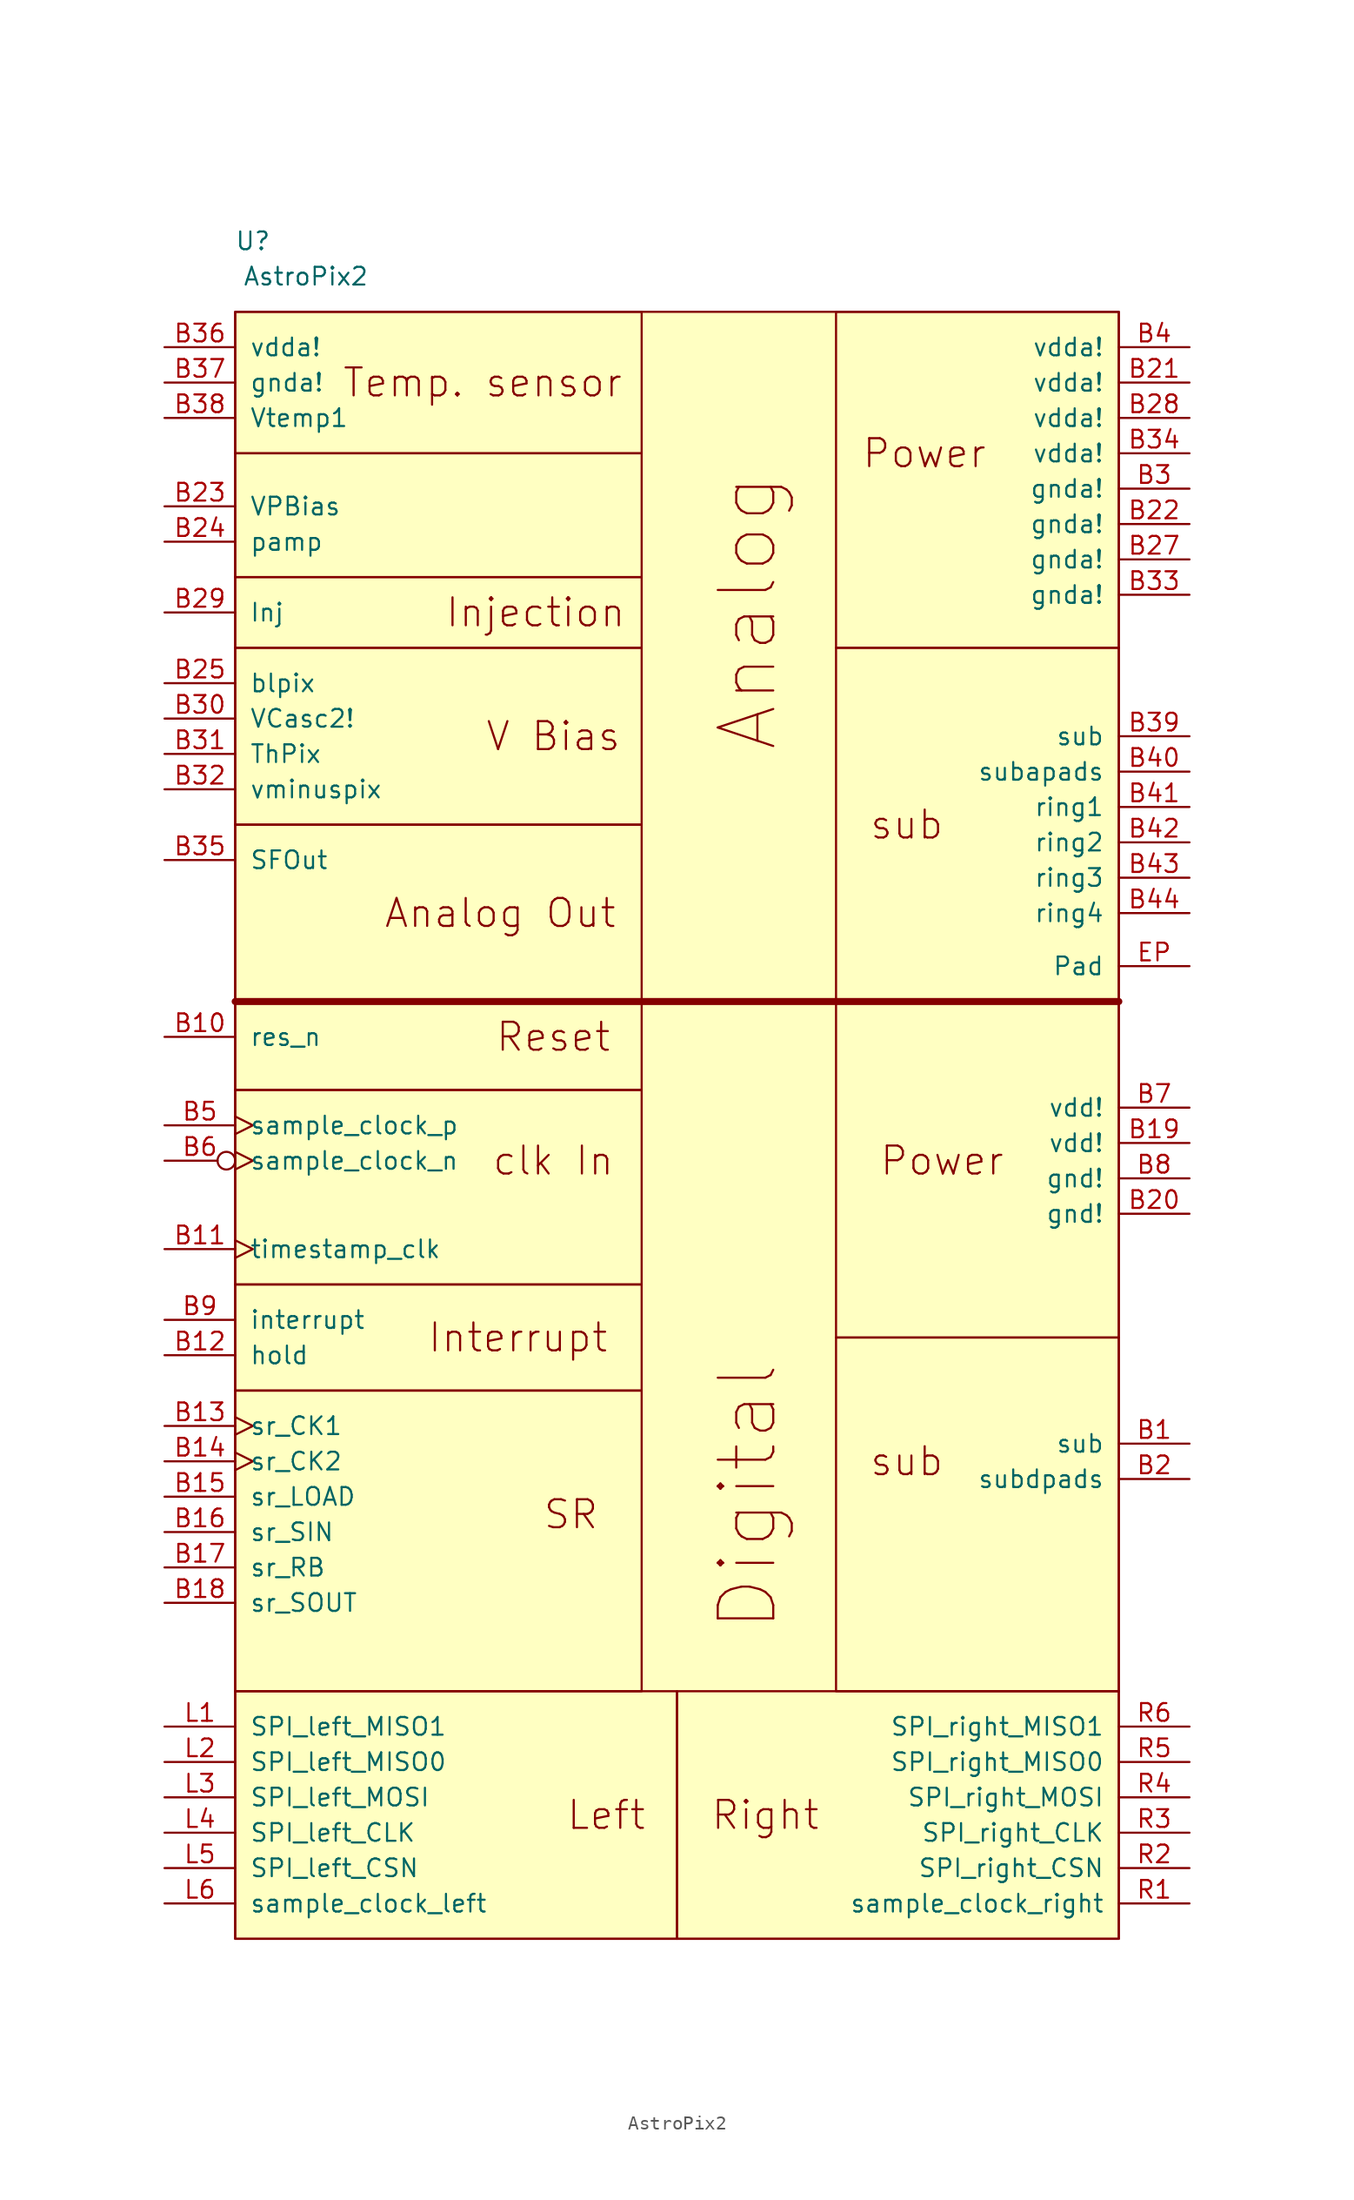
<source format=kicad_sym>
(kicad_symbol_lib
  (version 20220914)
  (generator kicad_symbol_editor)
  (symbol "AstroPix2"
    (pin_names
      (offset 1.016))
    (property "Reference" "U"
      (at -25.4 54.61 0)
      (effects (font (size 1.27 1.27))))
    (property "Value" "AstroPix2"
      (at -21.59 52.07 0)
      (effects (font (size 1.27 1.27))))
    (symbol "AstroPix2_0_0"
      (text "Digital" (at 10.16 -35.56 900) (effects (font (size 3.988 3.988))))
      (text "Power" (at 22.86 39.37 0) (effects (font (size 2.007 2.007))))
      (pin power_in line (at 41.91 -31.75 180) (length 5.08) (name "sub" (effects (font (size 1.27 1.27)))) (number "B1" (effects (font (size 1.27 1.27)))))
      (pin input line (at -31.75 -2.54 0) (length 5.08) (name "res_n" (effects (font (size 1.27 1.27)))) (number "B10" (effects (font (size 1.27 1.27)))))
      (pin input clock (at -31.75 -17.78 0) (length 5.08) (name "timestamp_clk" (effects (font (size 1.27 1.27)))) (number "B11" (effects (font (size 1.27 1.27)))))
      (pin output line (at -31.75 -25.4 0) (length 5.08) (name "hold" (effects (font (size 1.27 1.27)))) (number "B12" (effects (font (size 1.27 1.27)))))
      (pin input clock (at -31.75 -30.48 0) (length 5.08) (name "sr_CK1" (effects (font (size 1.27 1.27)))) (number "B13" (effects (font (size 1.27 1.27)))))
      (pin input clock (at -31.75 -33.02 0) (length 5.08) (name "sr_CK2" (effects (font (size 1.27 1.27)))) (number "B14" (effects (font (size 1.27 1.27)))))
      (pin input line (at -31.75 -35.56 0) (length 5.08) (name "sr_LOAD" (effects (font (size 1.27 1.27)))) (number "B15" (effects (font (size 1.27 1.27)))))
      (pin input line (at -31.75 -38.1 0) (length 5.08) (name "sr_SIN" (effects (font (size 1.27 1.27)))) (number "B16" (effects (font (size 1.27 1.27)))))
      (pin input line (at -31.75 -40.64 0) (length 5.08) (name "sr_RB" (effects (font (size 1.27 1.27)))) (number "B17" (effects (font (size 1.27 1.27)))))
      (pin output line (at -31.75 -43.18 0) (length 5.08) (name "sr_SOUT" (effects (font (size 1.27 1.27)))) (number "B18" (effects (font (size 1.27 1.27)))))
      (pin power_in line (at 41.91 -10.16 180) (length 5.08) (name "vdd!" (effects (font (size 1.27 1.27)))) (number "B19" (effects (font (size 1.27 1.27)))))
      (pin power_in line (at 41.91 -34.29 180) (length 5.08) (name "subdpads" (effects (font (size 1.27 1.27)))) (number "B2" (effects (font (size 1.27 1.27)))))
      (pin power_in line (at 41.91 -15.24 180) (length 5.08) (name "gnd!" (effects (font (size 1.27 1.27)))) (number "B20" (effects (font (size 1.27 1.27)))))
      (pin power_in line (at 41.91 44.45 180) (length 5.08) (name "vdda!" (effects (font (size 1.27 1.27)))) (number "B21" (effects (font (size 1.27 1.27)))))
      (pin power_in line (at 41.91 34.29 180) (length 5.08) (name "gnda!" (effects (font (size 1.27 1.27)))) (number "B22" (effects (font (size 1.27 1.27)))))
      (pin unspecified line (at -31.75 35.56 0) (length 5.08) (name "VPBias" (effects (font (size 1.27 1.27)))) (number "B23" (effects (font (size 1.27 1.27)))))
      (pin unspecified line (at -31.75 33.02 0) (length 5.08) (name "pamp" (effects (font (size 1.27 1.27)))) (number "B24" (effects (font (size 1.27 1.27)))))
      (pin input line (at -31.75 22.86 0) (length 5.08) (name "blpix" (effects (font (size 1.27 1.27)))) (number "B25" (effects (font (size 1.27 1.27)))))
      (pin no_connect line (at -31.75 3.81 0) (length 5.08) hide (name "NC" (effects (font (size 1.27 1.27)))) (number "B26" (effects (font (size 1.27 1.27)))))
      (pin power_in line (at 41.91 31.75 180) (length 5.08) (name "gnda!" (effects (font (size 1.27 1.27)))) (number "B27" (effects (font (size 1.27 1.27)))))
      (pin power_in line (at 41.91 41.91 180) (length 5.08) (name "vdda!" (effects (font (size 1.27 1.27)))) (number "B28" (effects (font (size 1.27 1.27)))))
      (pin input line (at -31.75 27.94 0) (length 5.08) (name "Inj" (effects (font (size 1.27 1.27)))) (number "B29" (effects (font (size 1.27 1.27)))))
      (pin power_in line (at 41.91 36.83 180) (length 5.08) (name "gnda!" (effects (font (size 1.27 1.27)))) (number "B3" (effects (font (size 1.27 1.27)))))
      (pin input line (at -31.75 20.32 0) (length 5.08) (name "VCasc2!" (effects (font (size 1.27 1.27)))) (number "B30" (effects (font (size 1.27 1.27)))))
      (pin input line (at -31.75 17.78 0) (length 5.08) (name "ThPix" (effects (font (size 1.27 1.27)))) (number "B31" (effects (font (size 1.27 1.27)))))
      (pin input line (at -31.75 15.24 0) (length 5.08) (name "vminuspix" (effects (font (size 1.27 1.27)))) (number "B32" (effects (font (size 1.27 1.27)))))
      (pin power_in line (at 41.91 29.21 180) (length 5.08) (name "gnda!" (effects (font (size 1.27 1.27)))) (number "B33" (effects (font (size 1.27 1.27)))))
      (pin power_in line (at 41.91 39.37 180) (length 5.08) (name "vdda!" (effects (font (size 1.27 1.27)))) (number "B34" (effects (font (size 1.27 1.27)))))
      (pin output line (at -31.75 10.16 0) (length 5.08) (name "SFOut" (effects (font (size 1.27 1.27)))) (number "B35" (effects (font (size 1.27 1.27)))))
      (pin power_in line (at -31.75 46.99 0) (length 5.08) (name "vdda!" (effects (font (size 1.27 1.27)))) (number "B36" (effects (font (size 1.27 1.27)))))
      (pin power_in line (at -31.75 44.45 0) (length 5.08) (name "gnda!" (effects (font (size 1.27 1.27)))) (number "B37" (effects (font (size 1.27 1.27)))))
      (pin output line (at -31.75 41.91 0) (length 5.08) (name "Vtemp1" (effects (font (size 1.27 1.27)))) (number "B38" (effects (font (size 1.27 1.27)))))
      (pin power_in line (at 41.91 19.05 180) (length 5.08) (name "sub" (effects (font (size 1.27 1.27)))) (number "B39" (effects (font (size 1.27 1.27)))))
      (pin power_in line (at 41.91 46.99 180) (length 5.08) (name "vdda!" (effects (font (size 1.27 1.27)))) (number "B4" (effects (font (size 1.27 1.27)))))
      (pin power_in line (at 41.91 16.51 180) (length 5.08) (name "subapads" (effects (font (size 1.27 1.27)))) (number "B40" (effects (font (size 1.27 1.27)))))
      (pin power_in line (at 41.91 13.97 180) (length 5.08) (name "ring1" (effects (font (size 1.27 1.27)))) (number "B41" (effects (font (size 1.27 1.27)))))
      (pin power_in line (at 41.91 11.43 180) (length 5.08) (name "ring2" (effects (font (size 1.27 1.27)))) (number "B42" (effects (font (size 1.27 1.27)))))
      (pin power_in line (at 41.91 8.89 180) (length 5.08) (name "ring3" (effects (font (size 1.27 1.27)))) (number "B43" (effects (font (size 1.27 1.27)))))
      (pin power_in line (at 41.91 6.35 180) (length 5.08) (name "ring4" (effects (font (size 1.27 1.27)))) (number "B44" (effects (font (size 1.27 1.27)))))
      (pin input clock (at -31.75 -8.89 0) (length 5.08) (name "sample_clock_p" (effects (font (size 1.27 1.27)))) (number "B5" (effects (font (size 1.27 1.27)))))
      (pin input inverted_clock (at -31.75 -11.43 0) (length 5.08) (name "sample_clock_n" (effects (font (size 1.27 1.27)))) (number "B6" (effects (font (size 1.27 1.27)))))
      (pin power_in line (at 41.91 -7.62 180) (length 5.08) (name "vdd!" (effects (font (size 1.27 1.27)))) (number "B7" (effects (font (size 1.27 1.27)))))
      (pin power_in line (at 41.91 -12.7 180) (length 5.08) (name "gnd!" (effects (font (size 1.27 1.27)))) (number "B8" (effects (font (size 1.27 1.27)))))
      (pin open_collector line (at -31.75 -22.86 0) (length 5.08) (name "interrupt" (effects (font (size 1.27 1.27)))) (number "B9" (effects (font (size 1.27 1.27)))))
      (pin power_in line (at 41.91 2.54 180) (length 5.08) (name "Pad" (effects (font (size 1.27 1.27)))) (number "EP" (effects (font (size 1.27 1.27)))))
      (pin output line (at -31.75 -52.07 0) (length 5.08) (name "SPI_left_MISO1" (effects (font (size 1.27 1.27)))) (number "L1" (effects (font (size 1.27 1.27)))))
      (pin output line (at -31.75 -54.61 0) (length 5.08) (name "SPI_left_MISO0" (effects (font (size 1.27 1.27)))) (number "L2" (effects (font (size 1.27 1.27)))))
      (pin input line (at -31.75 -57.15 0) (length 5.08) (name "SPI_left_MOSI" (effects (font (size 1.27 1.27)))) (number "L3" (effects (font (size 1.27 1.27)))))
      (pin input line (at -31.75 -59.69 0) (length 5.08) (name "SPI_left_CLK" (effects (font (size 1.27 1.27)))) (number "L4" (effects (font (size 1.27 1.27)))))
      (pin output line (at -31.75 -62.23 0) (length 5.08) (name "SPI_left_CSN" (effects (font (size 1.27 1.27)))) (number "L5" (effects (font (size 1.27 1.27)))))
      (pin input line (at -31.75 -64.77 0) (length 5.08) (name "sample_clock_left" (effects (font (size 1.27 1.27)))) (number "L6" (effects (font (size 1.27 1.27)))))
      (pin output line (at 41.91 -64.77 180) (length 5.08) (name "sample_clock_right" (effects (font (size 1.27 1.27)))) (number "R1" (effects (font (size 1.27 1.27)))))
      (pin input line (at 41.91 -62.23 180) (length 5.08) (name "SPI_right_CSN" (effects (font (size 1.27 1.27)))) (number "R2" (effects (font (size 1.27 1.27)))))
      (pin output line (at 41.91 -59.69 180) (length 5.08) (name "SPI_right_CLK" (effects (font (size 1.27 1.27)))) (number "R3" (effects (font (size 1.27 1.27)))))
      (pin output line (at 41.91 -57.15 180) (length 5.08) (name "SPI_right_MOSI" (effects (font (size 1.27 1.27)))) (number "R4" (effects (font (size 1.27 1.27)))))
      (pin input line (at 41.91 -54.61 180) (length 5.08) (name "SPI_right_MISO0" (effects (font (size 1.27 1.27)))) (number "R5" (effects (font (size 1.27 1.27)))))
      (pin input line (at 41.91 -52.07 180) (length 5.08) (name "SPI_right_MISO1" (effects (font (size 1.27 1.27)))) (number "R6" (effects (font (size 1.27 1.27))))))
    (symbol "AstroPix2_0_1"
      (polyline (pts (xy -5.08 0) (xy -5.08 0)) (stroke (width 0) (type default)) (fill (type none))))
    (symbol "AstroPix2_1_1"
      (rectangle (start -26.67 -49.53) (end 5.08 -67.31) (stroke (width 0) (type default)) (fill (type none)))
      (rectangle (start -26.67 -27.94) (end 2.54 -49.53) (stroke (width 0) (type default)) (fill (type none)))
      (rectangle (start -26.67 -27.94) (end 2.54 -20.32) (stroke (width 0) (type default)) (fill (type none)))
      (rectangle (start -26.67 -6.35) (end 2.54 -20.32) (stroke (width 0) (type default)) (fill (type none)))
      (rectangle (start -26.67 0) (end 2.54 -6.35) (stroke (width 0) (type default)) (fill (type none)))
      (rectangle (start -26.67 12.7) (end 2.54 0) (stroke (width 0) (type default)) (fill (type none)))
      (rectangle (start -26.67 25.4) (end 2.54 12.7) (stroke (width 0) (type default)) (fill (type none)))
      (rectangle (start -26.67 30.48) (end 2.54 25.4) (stroke (width 0) (type default)) (fill (type none)))
      (rectangle (start -26.67 39.37) (end 2.54 30.48) (stroke (width 0) (type default)) (fill (type none)))
      (rectangle (start -26.67 49.53) (end 2.54 39.37) (stroke (width 0) (type default)) (fill (type none)))
      (rectangle (start -26.67 49.53) (end 36.83 -67.31) (stroke (width 0) (type default)) (fill (type background)))
      (polyline (pts (xy -26.67 0) (xy 36.83 0)) (stroke (width 0.508) (type default)) (fill (type none)))
      (polyline (pts (xy 17.78 0) (xy 17.78 0)) (stroke (width 0) (type default)) (fill (type none)))
      (polyline (pts (xy 17.78 0) (xy 17.78 0)) (stroke (width 0) (type default)) (fill (type none)))
      (polyline (pts (xy 17.78 0) (xy 17.78 0)) (stroke (width 0) (type default)) (fill (type none)))
      (polyline (pts (xy 17.78 0) (xy 17.78 0)) (stroke (width 0) (type default)) (fill (type none)))
      (polyline (pts (xy 17.78 0) (xy 17.78 0)) (stroke (width 0) (type default)) (fill (type none)))
      (polyline (pts (xy 26.67 0) (xy 26.67 0)) (stroke (width 0) (type default)) (fill (type none)))
      (rectangle (start 5.08 -49.53) (end 36.83 -67.31) (stroke (width 0) (type default)) (fill (type none)))
      (rectangle (start 16.51 -24.13) (end 36.83 0) (stroke (width 0) (type default)) (fill (type none)))
      (rectangle (start 16.51 25.4) (end 36.83 49.53) (stroke (width 0) (type default)) (fill (type none)))
      (rectangle (start 36.83 -24.13) (end 16.51 -49.53) (stroke (width 0) (type default)) (fill (type none)))
      (rectangle (start 36.83 25.4) (end 16.51 0) (stroke (width 0) (type default)) (fill (type none)))
      (text "Analog" (at 10.16 27.94 900) (effects (font (size 3.988 3.988))))
      (text "Analog Out" (at -7.62 6.35 0) (effects (font (size 2.007 2.007))))
      (text "clk In" (at -3.81 -11.43 0) (effects (font (size 2.007 2.007))))
      (text "Injection" (at -5.08 27.94 0) (effects (font (size 2.007 2.007))))
      (text "Interrupt" (at -6.35 -24.13 0) (effects (font (size 2.007 2.007))))
      (text "Left" (at 0 -58.42 0) (effects (font (size 2.007 2.007))))
      (text "Power" (at 24.13 -11.43 0) (effects (font (size 2.007 2.007))))
      (text "Reset" (at -3.81 -2.54 0) (effects (font (size 2.007 2.007))))
      (text "Right" (at 11.43 -58.42 0) (effects (font (size 2.007 2.007))))
      (text "SR" (at -2.54 -36.83 0) (effects (font (size 2.007 2.007))))
      (text "sub" (at 21.59 -33.02 0) (effects (font (size 2.007 2.007))))
      (text "sub" (at 21.59 12.7 0) (effects (font (size 2.007 2.007))))
      (text "Temp. sensor" (at -8.89 44.45 0) (effects (font (size 2.007 2.007))))
      (text "V Bias" (at -3.81 19.05 0) (effects (font (size 2.007 2.007)))))))
</source>
